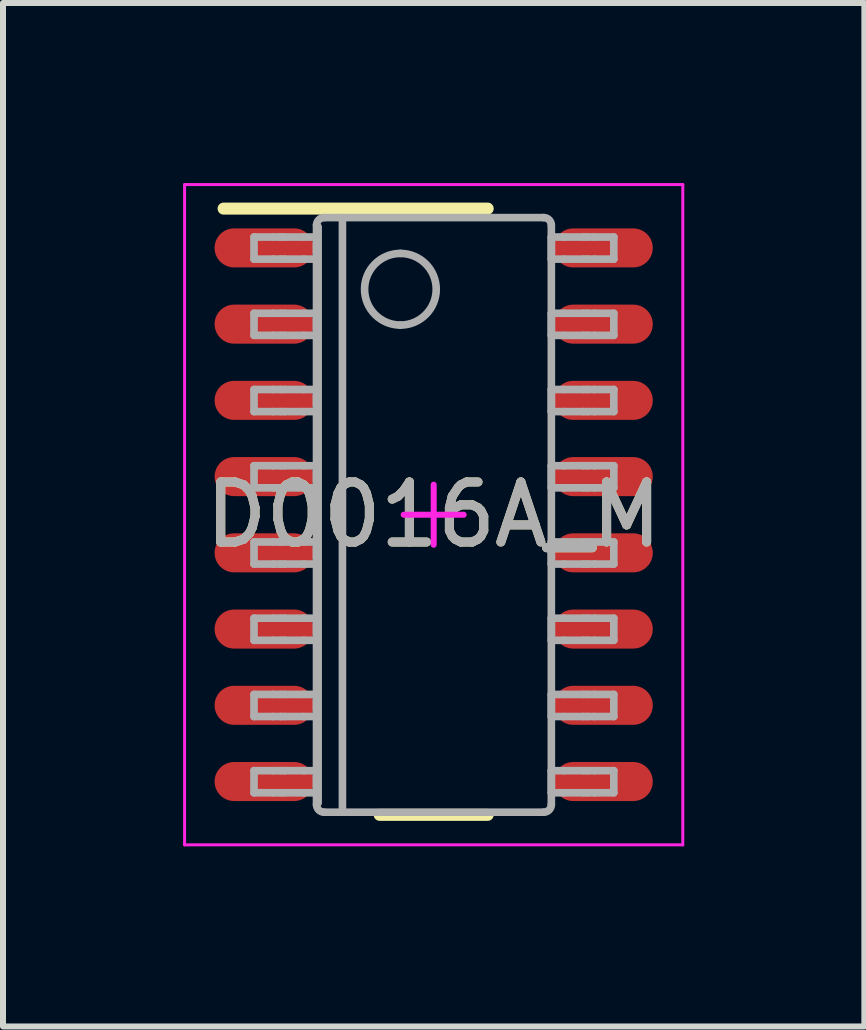
<source format=kicad_pcb>
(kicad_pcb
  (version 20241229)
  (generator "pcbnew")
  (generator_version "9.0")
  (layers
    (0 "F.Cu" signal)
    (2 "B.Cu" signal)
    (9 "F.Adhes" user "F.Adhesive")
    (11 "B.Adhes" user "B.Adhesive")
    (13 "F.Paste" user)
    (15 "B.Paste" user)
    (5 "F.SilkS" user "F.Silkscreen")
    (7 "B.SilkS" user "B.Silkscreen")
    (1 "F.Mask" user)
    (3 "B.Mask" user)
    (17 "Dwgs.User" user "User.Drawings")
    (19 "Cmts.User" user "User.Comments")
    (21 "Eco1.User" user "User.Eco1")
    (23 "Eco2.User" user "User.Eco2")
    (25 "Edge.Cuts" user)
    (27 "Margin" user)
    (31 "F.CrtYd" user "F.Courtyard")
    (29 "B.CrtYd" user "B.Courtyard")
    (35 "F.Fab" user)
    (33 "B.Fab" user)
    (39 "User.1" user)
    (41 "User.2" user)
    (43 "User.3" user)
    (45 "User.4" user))
  (footprint "D0016A_M"
    (layer "F.Cu")
    (at 4.175 5.525)
    (property "Reference" "D0016A_M" (at 0 0 0) (unlocked yes) (layer "F.SilkS") (effects (font (size 1 1) (thickness 0.15))))
    (attr smd)
    (fp_line (start -3.5 -5.1) (end 0.9 -5.1) (stroke (width 0.2) (type solid)) (layer "F.SilkS"))
    (fp_line (start -0.9 5) (end 0.9 5) (stroke (width 0.2) (type solid)) (layer "F.SilkS"))
    (fp_line (start -4.15 -5.5) (end 4.15 -5.5) (stroke (width 0.05) (type solid)) (layer "F.CrtYd"))
    (fp_line (start -4.15 5.5) (end -4.15 -5.5) (stroke (width 0.05) (type solid)) (layer "F.CrtYd"))
    (fp_line (start -4.15 5.5) (end 4.15 5.5) (stroke (width 0.05) (type solid)) (layer "F.CrtYd"))
    (fp_line (start -0.5 0) (end 0.5 0) (stroke (width 0.1) (type solid)) (layer "F.CrtYd"))
    (fp_line (start 0 0.5) (end 0 -0.5) (stroke (width 0.1) (type solid)) (layer "F.CrtYd"))
    (fp_line (start 4.15 5.5) (end 4.15 -5.5) (stroke (width 0.05) (type solid)) (layer "F.CrtYd"))
    (fp_line (start -2.993 -4.626) (end -2.671 -4.626) (stroke (width 0.127) (type solid)) (layer "F.Fab"))
    (fp_line (start -2.993 -4.258) (end -2.993 -4.626) (stroke (width 0.127) (type solid)) (layer "F.Fab"))
    (fp_line (start -2.993 -4.258) (end -2.671 -4.258) (stroke (width 0.127) (type solid)) (layer "F.Fab"))
    (fp_line (start -2.993 -3.356) (end -2.671 -3.356) (stroke (width 0.127) (type solid)) (layer "F.Fab"))
    (fp_line (start -2.993 -2.988) (end -2.993 -3.356) (stroke (width 0.127) (type solid)) (layer "F.Fab"))
    (fp_line (start -2.993 -2.988) (end -2.671 -2.988) (stroke (width 0.127) (type solid)) (layer "F.Fab"))
    (fp_line (start -2.993 -2.086) (end -2.671 -2.086) (stroke (width 0.127) (type solid)) (layer "F.Fab"))
    (fp_line (start -2.993 -1.718) (end -2.993 -2.086) (stroke (width 0.127) (type solid)) (layer "F.Fab"))
    (fp_line (start -2.993 -1.718) (end -2.671 -1.718) (stroke (width 0.127) (type solid)) (layer "F.Fab"))
    (fp_line (start -2.993 -0.816) (end -2.671 -0.816) (stroke (width 0.127) (type solid)) (layer "F.Fab"))
    (fp_line (start -2.993 -0.448) (end -2.993 -0.816) (stroke (width 0.127) (type solid)) (layer "F.Fab"))
    (fp_line (start -2.993 -0.448) (end -2.671 -0.448) (stroke (width 0.127) (type solid)) (layer "F.Fab"))
    (fp_line (start -2.993 0.454) (end -2.671 0.454) (stroke (width 0.127) (type solid)) (layer "F.Fab"))
    (fp_line (start -2.993 0.822) (end -2.993 0.454) (stroke (width 0.127) (type solid)) (layer "F.Fab"))
    (fp_line (start -2.993 0.822) (end -2.671 0.822) (stroke (width 0.127) (type solid)) (layer "F.Fab"))
    (fp_line (start -2.993 1.724) (end -2.671 1.724) (stroke (width 0.127) (type solid)) (layer "F.Fab"))
    (fp_line (start -2.993 2.092) (end -2.993 1.724) (stroke (width 0.127) (type solid)) (layer "F.Fab"))
    (fp_line (start -2.993 2.092) (end -2.671 2.092) (stroke (width 0.127) (type solid)) (layer "F.Fab"))
    (fp_line (start -2.993 2.994) (end -2.671 2.994) (stroke (width 0.127) (type solid)) (layer "F.Fab"))
    (fp_line (start -2.993 3.362) (end -2.993 2.994) (stroke (width 0.127) (type solid)) (layer "F.Fab"))
    (fp_line (start -2.993 3.362) (end -2.671 3.362) (stroke (width 0.127) (type solid)) (layer "F.Fab"))
    (fp_line (start -2.993 4.264) (end -2.671 4.264) (stroke (width 0.127) (type solid)) (layer "F.Fab"))
    (fp_line (start -2.993 4.632) (end -2.993 4.264) (stroke (width 0.127) (type solid)) (layer "F.Fab"))
    (fp_line (start -2.993 4.632) (end -2.671 4.632) (stroke (width 0.127) (type solid)) (layer "F.Fab"))
    (fp_line (start -2.671 -4.626) (end -2.555 -4.626) (stroke (width 0.127) (type solid)) (layer "F.Fab"))
    (fp_line (start -2.671 -4.258) (end -2.555 -4.258) (stroke (width 0.127) (type solid)) (layer "F.Fab"))
    (fp_line (start -2.671 -3.356) (end -2.555 -3.356) (stroke (width 0.127) (type solid)) (layer "F.Fab"))
    (fp_line (start -2.671 -2.988) (end -2.555 -2.988) (stroke (width 0.127) (type solid)) (layer "F.Fab"))
    (fp_line (start -2.671 -2.086) (end -2.555 -2.086) (stroke (width 0.127) (type solid)) (layer "F.Fab"))
    (fp_line (start -2.671 -1.718) (end -2.555 -1.718) (stroke (width 0.127) (type solid)) (layer "F.Fab"))
    (fp_line (start -2.671 -0.816) (end -2.555 -0.816) (stroke (width 0.127) (type solid)) (layer "F.Fab"))
    (fp_line (start -2.671 -0.448) (end -2.555 -0.448) (stroke (width 0.127) (type solid)) (layer "F.Fab"))
    (fp_line (start -2.671 0.454) (end -2.555 0.454) (stroke (width 0.127) (type solid)) (layer "F.Fab"))
    (fp_line (start -2.671 0.822) (end -2.555 0.822) (stroke (width 0.127) (type solid)) (layer "F.Fab"))
    (fp_line (start -2.671 1.724) (end -2.555 1.724) (stroke (width 0.127) (type solid)) (layer "F.Fab"))
    (fp_line (start -2.671 2.092) (end -2.555 2.092) (stroke (width 0.127) (type solid)) (layer "F.Fab"))
    (fp_line (start -2.671 2.994) (end -2.555 2.994) (stroke (width 0.127) (type solid)) (layer "F.Fab"))
    (fp_line (start -2.671 3.362) (end -2.555 3.362) (stroke (width 0.127) (type solid)) (layer "F.Fab"))
    (fp_line (start -2.671 4.264) (end -2.555 4.264) (stroke (width 0.127) (type solid)) (layer "F.Fab"))
    (fp_line (start -2.671 4.632) (end -2.555 4.632) (stroke (width 0.127) (type solid)) (layer "F.Fab"))
    (fp_line (start -2.555 -4.626) (end -2.488 -4.626) (stroke (width 0.127) (type solid)) (layer "F.Fab"))
    (fp_line (start -2.555 -4.258) (end -2.488 -4.258) (stroke (width 0.127) (type solid)) (layer "F.Fab"))
    (fp_line (start -2.555 -3.356) (end -2.488 -3.356) (stroke (width 0.127) (type solid)) (layer "F.Fab"))
    (fp_line (start -2.555 -2.988) (end -2.488 -2.988) (stroke (width 0.127) (type solid)) (layer "F.Fab"))
    (fp_line (start -2.555 -2.086) (end -2.488 -2.086) (stroke (width 0.127) (type solid)) (layer "F.Fab"))
    (fp_line (start -2.555 -1.718) (end -2.488 -1.718) (stroke (width 0.127) (type solid)) (layer "F.Fab"))
    (fp_line (start -2.555 -0.816) (end -2.488 -0.816) (stroke (width 0.127) (type solid)) (layer "F.Fab"))
    (fp_line (start -2.555 -0.448) (end -2.488 -0.448) (stroke (width 0.127) (type solid)) (layer "F.Fab"))
    (fp_line (start -2.555 0.454) (end -2.488 0.454) (stroke (width 0.127) (type solid)) (layer "F.Fab"))
    (fp_line (start -2.555 0.822) (end -2.488 0.822) (stroke (width 0.127) (type solid)) (layer "F.Fab"))
    (fp_line (start -2.555 1.724) (end -2.488 1.724) (stroke (width 0.127) (type solid)) (layer "F.Fab"))
    (fp_line (start -2.555 2.092) (end -2.488 2.092) (stroke (width 0.127) (type solid)) (layer "F.Fab"))
    (fp_line (start -2.555 2.994) (end -2.488 2.994) (stroke (width 0.127) (type solid)) (layer "F.Fab"))
    (fp_line (start -2.555 3.362) (end -2.488 3.362) (stroke (width 0.127) (type solid)) (layer "F.Fab"))
    (fp_line (start -2.555 4.264) (end -2.488 4.264) (stroke (width 0.127) (type solid)) (layer "F.Fab"))
    (fp_line (start -2.555 4.632) (end -2.488 4.632) (stroke (width 0.127) (type solid)) (layer "F.Fab"))
    (fp_line (start -2.488 -4.626) (end -2.163 -4.626) (stroke (width 0.127) (type solid)) (layer "F.Fab"))
    (fp_line (start -2.488 -4.258) (end -2.163 -4.258) (stroke (width 0.127) (type solid)) (layer "F.Fab"))
    (fp_line (start -2.488 -3.356) (end -2.163 -3.356) (stroke (width 0.127) (type solid)) (layer "F.Fab"))
    (fp_line (start -2.488 -2.988) (end -2.163 -2.988) (stroke (width 0.127) (type solid)) (layer "F.Fab"))
    (fp_line (start -2.488 -2.086) (end -2.163 -2.086) (stroke (width 0.127) (type solid)) (layer "F.Fab"))
    (fp_line (start -2.488 -1.718) (end -2.163 -1.718) (stroke (width 0.127) (type solid)) (layer "F.Fab"))
    (fp_line (start -2.488 -0.816) (end -2.163 -0.816) (stroke (width 0.127) (type solid)) (layer "F.Fab"))
    (fp_line (start -2.488 -0.448) (end -2.163 -0.448) (stroke (width 0.127) (type solid)) (layer "F.Fab"))
    (fp_line (start -2.488 0.454) (end -2.163 0.454) (stroke (width 0.127) (type solid)) (layer "F.Fab"))
    (fp_line (start -2.488 0.822) (end -2.163 0.822) (stroke (width 0.127) (type solid)) (layer "F.Fab"))
    (fp_line (start -2.488 1.724) (end -2.163 1.724) (stroke (width 0.127) (type solid)) (layer "F.Fab"))
    (fp_line (start -2.488 2.092) (end -2.163 2.092) (stroke (width 0.127) (type solid)) (layer "F.Fab"))
    (fp_line (start -2.488 2.994) (end -2.163 2.994) (stroke (width 0.127) (type solid)) (layer "F.Fab"))
    (fp_line (start -2.488 3.362) (end -2.163 3.362) (stroke (width 0.127) (type solid)) (layer "F.Fab"))
    (fp_line (start -2.488 4.264) (end -2.163 4.264) (stroke (width 0.127) (type solid)) (layer "F.Fab"))
    (fp_line (start -2.488 4.632) (end -2.163 4.632) (stroke (width 0.127) (type solid)) (layer "F.Fab"))
    (fp_line (start -2.163 -4.626) (end -1.952 -4.626) (stroke (width 0.127) (type solid)) (layer "F.Fab"))
    (fp_line (start -2.163 -4.258) (end -1.952 -4.258) (stroke (width 0.127) (type solid)) (layer "F.Fab"))
    (fp_line (start -2.163 -3.356) (end -1.952 -3.356) (stroke (width 0.127) (type solid)) (layer "F.Fab"))
    (fp_line (start -2.163 -2.988) (end -1.952 -2.988) (stroke (width 0.127) (type solid)) (layer "F.Fab"))
    (fp_line (start -2.163 -2.086) (end -1.952 -2.086) (stroke (width 0.127) (type solid)) (layer "F.Fab"))
    (fp_line (start -2.163 -1.718) (end -1.952 -1.718) (stroke (width 0.127) (type solid)) (layer "F.Fab"))
    (fp_line (start -2.163 -0.816) (end -1.952 -0.816) (stroke (width 0.127) (type solid)) (layer "F.Fab"))
    (fp_line (start -2.163 -0.448) (end -1.952 -0.448) (stroke (width 0.127) (type solid)) (layer "F.Fab"))
    (fp_line (start -2.163 0.454) (end -1.952 0.454) (stroke (width 0.127) (type solid)) (layer "F.Fab"))
    (fp_line (start -2.163 0.822) (end -1.952 0.822) (stroke (width 0.127) (type solid)) (layer "F.Fab"))
    (fp_line (start -2.163 1.724) (end -1.952 1.724) (stroke (width 0.127) (type solid)) (layer "F.Fab"))
    (fp_line (start -2.163 2.092) (end -1.952 2.092) (stroke (width 0.127) (type solid)) (layer "F.Fab"))
    (fp_line (start -2.163 2.994) (end -1.952 2.994) (stroke (width 0.127) (type solid)) (layer "F.Fab"))
    (fp_line (start -2.163 3.362) (end -1.952 3.362) (stroke (width 0.127) (type solid)) (layer "F.Fab"))
    (fp_line (start -2.163 4.264) (end -1.952 4.264) (stroke (width 0.127) (type solid)) (layer "F.Fab"))
    (fp_line (start -2.163 4.632) (end -1.952 4.632) (stroke (width 0.127) (type solid)) (layer "F.Fab"))
    (fp_line (start -1.952 -4.258) (end -1.952 -4.626) (stroke (width 0.127) (type solid)) (layer "F.Fab"))
    (fp_line (start -1.952 -2.988) (end -1.952 -3.356) (stroke (width 0.127) (type solid)) (layer "F.Fab"))
    (fp_line (start -1.952 -1.718) (end -1.952 -2.086) (stroke (width 0.127) (type solid)) (layer "F.Fab"))
    (fp_line (start -1.952 -0.448) (end -1.952 -0.816) (stroke (width 0.127) (type solid)) (layer "F.Fab"))
    (fp_line (start -1.952 0.822) (end -1.952 0.454) (stroke (width 0.127) (type solid)) (layer "F.Fab"))
    (fp_line (start -1.952 2.092) (end -1.952 1.724) (stroke (width 0.127) (type solid)) (layer "F.Fab"))
    (fp_line (start -1.952 3.362) (end -1.952 2.994) (stroke (width 0.127) (type solid)) (layer "F.Fab"))
    (fp_line (start -1.952 4.632) (end -1.952 4.264) (stroke (width 0.127) (type solid)) (layer "F.Fab"))
    (fp_line (start -1.952 4.829) (end -1.952 -4.823) (stroke (width 0.127) (type solid)) (layer "F.Fab"))
    (fp_line (start -1.925 4.803) (end -1.925 -4.797) (stroke (width 0.127) (type solid)) (layer "F.Fab"))
    (fp_line (start -1.825 -4.95) (end 1.834 -4.95) (stroke (width 0.127) (type solid)) (layer "F.Fab"))
    (fp_line (start -1.825 4.956) (end 1.834 4.956) (stroke (width 0.127) (type solid)) (layer "F.Fab"))
    (fp_line (start -1.52 4.956) (end -1.52 -4.95) (stroke (width 0.127) (type solid)) (layer "F.Fab"))
    (fp_line (start 1.96 -4.626) (end 2.172 -4.626) (stroke (width 0.127) (type solid)) (layer "F.Fab"))
    (fp_line (start 1.96 -4.258) (end 1.96 -4.626) (stroke (width 0.127) (type solid)) (layer "F.Fab"))
    (fp_line (start 1.96 -4.258) (end 2.172 -4.258) (stroke (width 0.127) (type solid)) (layer "F.Fab"))
    (fp_line (start 1.96 -3.356) (end 2.172 -3.356) (stroke (width 0.127) (type solid)) (layer "F.Fab"))
    (fp_line (start 1.96 -2.988) (end 1.96 -3.356) (stroke (width 0.127) (type solid)) (layer "F.Fab"))
    (fp_line (start 1.96 -2.988) (end 2.172 -2.988) (stroke (width 0.127) (type solid)) (layer "F.Fab"))
    (fp_line (start 1.96 -2.086) (end 2.172 -2.086) (stroke (width 0.127) (type solid)) (layer "F.Fab"))
    (fp_line (start 1.96 -1.718) (end 1.96 -2.086) (stroke (width 0.127) (type solid)) (layer "F.Fab"))
    (fp_line (start 1.96 -1.718) (end 2.172 -1.718) (stroke (width 0.127) (type solid)) (layer "F.Fab"))
    (fp_line (start 1.96 -0.816) (end 2.172 -0.816) (stroke (width 0.127) (type solid)) (layer "F.Fab"))
    (fp_line (start 1.96 -0.448) (end 1.96 -0.816) (stroke (width 0.127) (type solid)) (layer "F.Fab"))
    (fp_line (start 1.96 -0.448) (end 2.172 -0.448) (stroke (width 0.127) (type solid)) (layer "F.Fab"))
    (fp_line (start 1.96 0.454) (end 2.172 0.454) (stroke (width 0.127) (type solid)) (layer "F.Fab"))
    (fp_line (start 1.96 0.822) (end 1.96 0.454) (stroke (width 0.127) (type solid)) (layer "F.Fab"))
    (fp_line (start 1.96 0.822) (end 2.172 0.822) (stroke (width 0.127) (type solid)) (layer "F.Fab"))
    (fp_line (start 1.96 1.724) (end 2.172 1.724) (stroke (width 0.127) (type solid)) (layer "F.Fab"))
    (fp_line (start 1.96 2.092) (end 1.96 1.724) (stroke (width 0.127) (type solid)) (layer "F.Fab"))
    (fp_line (start 1.96 2.092) (end 2.172 2.092) (stroke (width 0.127) (type solid)) (layer "F.Fab"))
    (fp_line (start 1.96 2.994) (end 2.172 2.994) (stroke (width 0.127) (type solid)) (layer "F.Fab"))
    (fp_line (start 1.96 3.362) (end 1.96 2.994) (stroke (width 0.127) (type solid)) (layer "F.Fab"))
    (fp_line (start 1.96 3.362) (end 2.172 3.362) (stroke (width 0.127) (type solid)) (layer "F.Fab"))
    (fp_line (start 1.96 4.264) (end 2.172 4.264) (stroke (width 0.127) (type solid)) (layer "F.Fab"))
    (fp_line (start 1.96 4.632) (end 1.96 4.264) (stroke (width 0.127) (type solid)) (layer "F.Fab"))
    (fp_line (start 1.96 4.632) (end 2.172 4.632) (stroke (width 0.127) (type solid)) (layer "F.Fab"))
    (fp_line (start 1.96 4.829) (end 1.96 -4.823) (stroke (width 0.127) (type solid)) (layer "F.Fab"))
    (fp_line (start 2.172 -4.626) (end 2.497 -4.626) (stroke (width 0.127) (type solid)) (layer "F.Fab"))
    (fp_line (start 2.172 -4.258) (end 2.497 -4.258) (stroke (width 0.127) (type solid)) (layer "F.Fab"))
    (fp_line (start 2.172 -3.356) (end 2.497 -3.356) (stroke (width 0.127) (type solid)) (layer "F.Fab"))
    (fp_line (start 2.172 -2.988) (end 2.497 -2.988) (stroke (width 0.127) (type solid)) (layer "F.Fab"))
    (fp_line (start 2.172 -2.086) (end 2.497 -2.086) (stroke (width 0.127) (type solid)) (layer "F.Fab"))
    (fp_line (start 2.172 -1.718) (end 2.497 -1.718) (stroke (width 0.127) (type solid)) (layer "F.Fab"))
    (fp_line (start 2.172 -0.816) (end 2.497 -0.816) (stroke (width 0.127) (type solid)) (layer "F.Fab"))
    (fp_line (start 2.172 -0.448) (end 2.497 -0.448) (stroke (width 0.127) (type solid)) (layer "F.Fab"))
    (fp_line (start 2.172 0.454) (end 2.497 0.454) (stroke (width 0.127) (type solid)) (layer "F.Fab"))
    (fp_line (start 2.172 0.822) (end 2.497 0.822) (stroke (width 0.127) (type solid)) (layer "F.Fab"))
    (fp_line (start 2.172 1.724) (end 2.497 1.724) (stroke (width 0.127) (type solid)) (layer "F.Fab"))
    (fp_line (start 2.172 2.092) (end 2.497 2.092) (stroke (width 0.127) (type solid)) (layer "F.Fab"))
    (fp_line (start 2.172 2.994) (end 2.497 2.994) (stroke (width 0.127) (type solid)) (layer "F.Fab"))
    (fp_line (start 2.172 3.362) (end 2.497 3.362) (stroke (width 0.127) (type solid)) (layer "F.Fab"))
    (fp_line (start 2.172 4.264) (end 2.497 4.264) (stroke (width 0.127) (type solid)) (layer "F.Fab"))
    (fp_line (start 2.172 4.632) (end 2.497 4.632) (stroke (width 0.127) (type solid)) (layer "F.Fab"))
    (fp_line (start 2.497 -4.626) (end 2.563 -4.626) (stroke (width 0.127) (type solid)) (layer "F.Fab"))
    (fp_line (start 2.497 -4.258) (end 2.563 -4.258) (stroke (width 0.127) (type solid)) (layer "F.Fab"))
    (fp_line (start 2.497 -3.356) (end 2.563 -3.356) (stroke (width 0.127) (type solid)) (layer "F.Fab"))
    (fp_line (start 2.497 -2.988) (end 2.563 -2.988) (stroke (width 0.127) (type solid)) (layer "F.Fab"))
    (fp_line (start 2.497 -2.086) (end 2.563 -2.086) (stroke (width 0.127) (type solid)) (layer "F.Fab"))
    (fp_line (start 2.497 -1.718) (end 2.563 -1.718) (stroke (width 0.127) (type solid)) (layer "F.Fab"))
    (fp_line (start 2.497 -0.816) (end 2.563 -0.816) (stroke (width 0.127) (type solid)) (layer "F.Fab"))
    (fp_line (start 2.497 -0.448) (end 2.563 -0.448) (stroke (width 0.127) (type solid)) (layer "F.Fab"))
    (fp_line (start 2.497 0.454) (end 2.563 0.454) (stroke (width 0.127) (type solid)) (layer "F.Fab"))
    (fp_line (start 2.497 0.822) (end 2.563 0.822) (stroke (width 0.127) (type solid)) (layer "F.Fab"))
    (fp_line (start 2.497 1.724) (end 2.563 1.724) (stroke (width 0.127) (type solid)) (layer "F.Fab"))
    (fp_line (start 2.497 2.092) (end 2.563 2.092) (stroke (width 0.127) (type solid)) (layer "F.Fab"))
    (fp_line (start 2.497 2.994) (end 2.563 2.994) (stroke (width 0.127) (type solid)) (layer "F.Fab"))
    (fp_line (start 2.497 3.362) (end 2.563 3.362) (stroke (width 0.127) (type solid)) (layer "F.Fab"))
    (fp_line (start 2.497 4.264) (end 2.563 4.264) (stroke (width 0.127) (type solid)) (layer "F.Fab"))
    (fp_line (start 2.497 4.632) (end 2.563 4.632) (stroke (width 0.127) (type solid)) (layer "F.Fab"))
    (fp_line (start 2.563 -4.626) (end 2.679 -4.626) (stroke (width 0.127) (type solid)) (layer "F.Fab"))
    (fp_line (start 2.563 -4.258) (end 2.679 -4.258) (stroke (width 0.127) (type solid)) (layer "F.Fab"))
    (fp_line (start 2.563 -3.356) (end 2.679 -3.356) (stroke (width 0.127) (type solid)) (layer "F.Fab"))
    (fp_line (start 2.563 -2.988) (end 2.679 -2.988) (stroke (width 0.127) (type solid)) (layer "F.Fab"))
    (fp_line (start 2.563 -2.086) (end 2.679 -2.086) (stroke (width 0.127) (type solid)) (layer "F.Fab"))
    (fp_line (start 2.563 -1.718) (end 2.679 -1.718) (stroke (width 0.127) (type solid)) (layer "F.Fab"))
    (fp_line (start 2.563 -0.816) (end 2.679 -0.816) (stroke (width 0.127) (type solid)) (layer "F.Fab"))
    (fp_line (start 2.563 -0.448) (end 2.679 -0.448) (stroke (width 0.127) (type solid)) (layer "F.Fab"))
    (fp_line (start 2.563 0.454) (end 2.679 0.454) (stroke (width 0.127) (type solid)) (layer "F.Fab"))
    (fp_line (start 2.563 0.822) (end 2.679 0.822) (stroke (width 0.127) (type solid)) (layer "F.Fab"))
    (fp_line (start 2.563 1.724) (end 2.679 1.724) (stroke (width 0.127) (type solid)) (layer "F.Fab"))
    (fp_line (start 2.563 2.092) (end 2.679 2.092) (stroke (width 0.127) (type solid)) (layer "F.Fab"))
    (fp_line (start 2.563 2.994) (end 2.679 2.994) (stroke (width 0.127) (type solid)) (layer "F.Fab"))
    (fp_line (start 2.563 3.362) (end 2.679 3.362) (stroke (width 0.127) (type solid)) (layer "F.Fab"))
    (fp_line (start 2.563 4.264) (end 2.679 4.264) (stroke (width 0.127) (type solid)) (layer "F.Fab"))
    (fp_line (start 2.563 4.632) (end 2.679 4.632) (stroke (width 0.127) (type solid)) (layer "F.Fab"))
    (fp_line (start 2.679 -4.626) (end 3.001 -4.626) (stroke (width 0.127) (type solid)) (layer "F.Fab"))
    (fp_line (start 2.679 -4.258) (end 3.001 -4.258) (stroke (width 0.127) (type solid)) (layer "F.Fab"))
    (fp_line (start 2.679 -3.356) (end 3.001 -3.356) (stroke (width 0.127) (type solid)) (layer "F.Fab"))
    (fp_line (start 2.679 -2.988) (end 3.001 -2.988) (stroke (width 0.127) (type solid)) (layer "F.Fab"))
    (fp_line (start 2.679 -2.086) (end 3.001 -2.086) (stroke (width 0.127) (type solid)) (layer "F.Fab"))
    (fp_line (start 2.679 -1.718) (end 3.001 -1.718) (stroke (width 0.127) (type solid)) (layer "F.Fab"))
    (fp_line (start 2.679 -0.816) (end 3.001 -0.816) (stroke (width 0.127) (type solid)) (layer "F.Fab"))
    (fp_line (start 2.679 -0.448) (end 3.001 -0.448) (stroke (width 0.127) (type solid)) (layer "F.Fab"))
    (fp_line (start 2.679 0.454) (end 3.001 0.454) (stroke (width 0.127) (type solid)) (layer "F.Fab"))
    (fp_line (start 2.679 0.822) (end 3.001 0.822) (stroke (width 0.127) (type solid)) (layer "F.Fab"))
    (fp_line (start 2.679 1.724) (end 3.001 1.724) (stroke (width 0.127) (type solid)) (layer "F.Fab"))
    (fp_line (start 2.679 2.092) (end 3.001 2.092) (stroke (width 0.127) (type solid)) (layer "F.Fab"))
    (fp_line (start 2.679 2.994) (end 3.001 2.994) (stroke (width 0.127) (type solid)) (layer "F.Fab"))
    (fp_line (start 2.679 3.362) (end 3.001 3.362) (stroke (width 0.127) (type solid)) (layer "F.Fab"))
    (fp_line (start 2.679 4.264) (end 3.001 4.264) (stroke (width 0.127) (type solid)) (layer "F.Fab"))
    (fp_line (start 2.679 4.632) (end 3.001 4.632) (stroke (width 0.127) (type solid)) (layer "F.Fab"))
    (fp_line (start 3.001 -4.258) (end 3.001 -4.626) (stroke (width 0.127) (type solid)) (layer "F.Fab"))
    (fp_line (start 3.001 -2.988) (end 3.001 -3.356) (stroke (width 0.127) (type solid)) (layer "F.Fab"))
    (fp_line (start 3.001 -1.718) (end 3.001 -2.086) (stroke (width 0.127) (type solid)) (layer "F.Fab"))
    (fp_line (start 3.001 -0.448) (end 3.001 -0.816) (stroke (width 0.127) (type solid)) (layer "F.Fab"))
    (fp_line (start 3.001 0.822) (end 3.001 0.454) (stroke (width 0.127) (type solid)) (layer "F.Fab"))
    (fp_line (start 3.001 2.092) (end 3.001 1.724) (stroke (width 0.127) (type solid)) (layer "F.Fab"))
    (fp_line (start 3.001 3.362) (end 3.001 2.994) (stroke (width 0.127) (type solid)) (layer "F.Fab"))
    (fp_line (start 3.001 4.632) (end 3.001 4.264) (stroke (width 0.127) (type solid)) (layer "F.Fab"))
    (fp_arc (start -1.951542 -4.823482) (mid -1.914335 -4.91281) (end -1.824999 -4.949999) (stroke (width 0.127) (type solid)) (layer "F.Fab"))
    (fp_arc (start -1.824999 4.955999) (mid -1.91434 4.918797) (end -1.951542 4.829456) (stroke (width 0.127) (type solid)) (layer "F.Fab"))
    (fp_arc (start -0.554543 -4.3531) (mid 0.042357 -3.7562) (end -0.554543 -3.1593) (stroke (width 0.127) (type solid)) (layer "F.Fab"))
    (fp_arc (start -0.554543 -3.1593) (mid -1.151443 -3.7562) (end -0.554543 -4.3531) (stroke (width 0.127) (type solid)) (layer "F.Fab"))
    (fp_arc (start 1.833539 -4.949999) (mid 1.922862 -4.912805) (end 1.960056 -4.823482) (stroke (width 0.127) (type solid)) (layer "F.Fab"))
    (fp_arc (start 1.960056 4.829456) (mid 1.922867 4.918792) (end 1.833539 4.955999) (stroke (width 0.127) (type solid)) (layer "F.Fab"))
    (fp_text user "${REFERENCE}" (at 0 0 0) (unlocked yes) (layer "F.Fab") (effects (font (size 1 1) (thickness 0.15))))
    (pad "1" smd oval (at -2.825 -4.445 90) (size 0.65 1.65) (layers "F.Cu" "F.Mask" "F.Paste"))
    (pad "2" smd oval (at -2.825 -3.175 90) (size 0.65 1.65) (layers "F.Cu" "F.Mask" "F.Paste"))
    (pad "3" smd oval (at -2.825 -1.905 90) (size 0.65 1.65) (layers "F.Cu" "F.Mask" "F.Paste"))
    (pad "4" smd oval (at -2.825 -0.635 90) (size 0.65 1.65) (layers "F.Cu" "F.Mask" "F.Paste"))
    (pad "5" smd oval (at -2.825 0.635 90) (size 0.65 1.65) (layers "F.Cu" "F.Mask" "F.Paste"))
    (pad "6" smd oval (at -2.825 1.905 90) (size 0.65 1.65) (layers "F.Cu" "F.Mask" "F.Paste"))
    (pad "7" smd oval (at -2.825 3.175 90) (size 0.65 1.65) (layers "F.Cu" "F.Mask" "F.Paste"))
    (pad "8" smd oval (at -2.825 4.445 90) (size 0.65 1.65) (layers "F.Cu" "F.Mask" "F.Paste"))
    (pad "9" smd oval (at 2.825 4.445 90) (size 0.65 1.65) (layers "F.Cu" "F.Mask" "F.Paste"))
    (pad "10" smd oval (at 2.825 3.175 90) (size 0.65 1.65) (layers "F.Cu" "F.Mask" "F.Paste"))
    (pad "11" smd oval (at 2.825 1.905 90) (size 0.65 1.65) (layers "F.Cu" "F.Mask" "F.Paste"))
    (pad "12" smd oval (at 2.825 0.635 90) (size 0.65 1.65) (layers "F.Cu" "F.Mask" "F.Paste"))
    (pad "13" smd oval (at 2.825 -0.635 90) (size 0.65 1.65) (layers "F.Cu" "F.Mask" "F.Paste"))
    (pad "14" smd oval (at 2.825 -1.905 90) (size 0.65 1.65) (layers "F.Cu" "F.Mask" "F.Paste"))
    (pad "15" smd oval (at 2.825 -3.175 90) (size 0.65 1.65) (layers "F.Cu" "F.Mask" "F.Paste"))
    (pad "16" smd oval (at 2.825 -4.445 90) (size 0.65 1.65) (layers "F.Cu" "F.Mask" "F.Paste")))
  (gr_rect
    (start -3 -3)
    (end 11.35 14.05)
    (stroke (width 0.1) (type default))
    (fill no)
    (layer "Edge.Cuts")))
</source>
